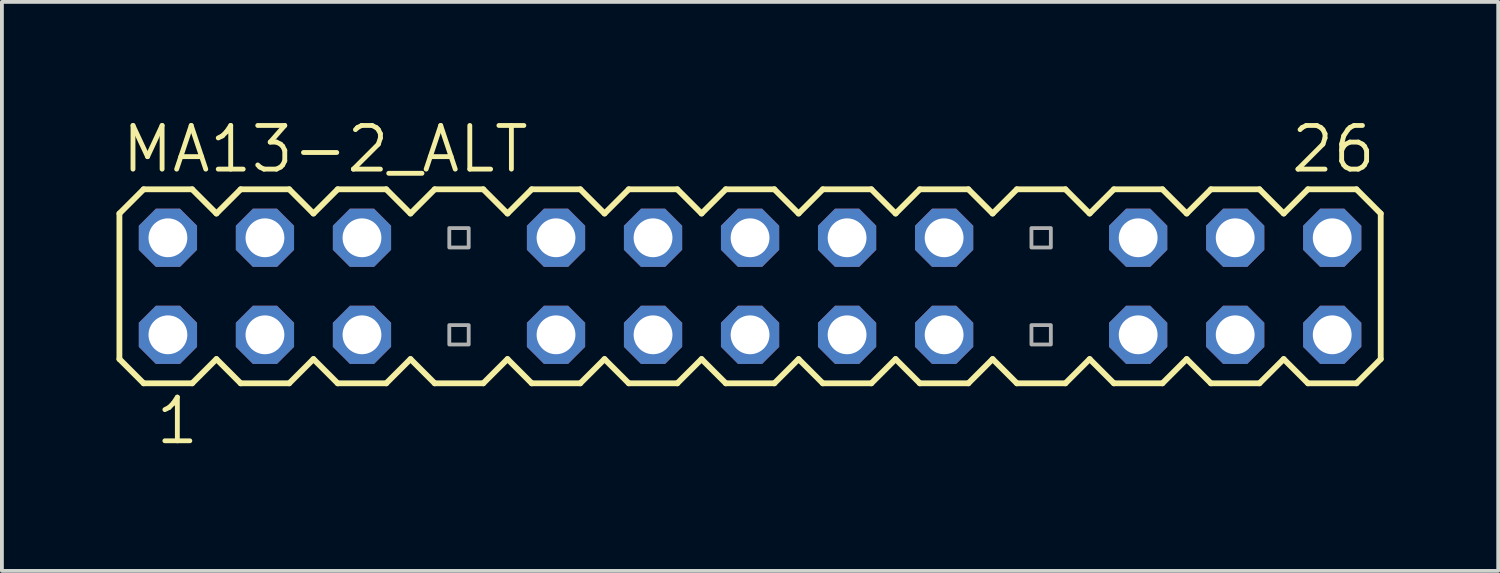
<source format=kicad_pcb>
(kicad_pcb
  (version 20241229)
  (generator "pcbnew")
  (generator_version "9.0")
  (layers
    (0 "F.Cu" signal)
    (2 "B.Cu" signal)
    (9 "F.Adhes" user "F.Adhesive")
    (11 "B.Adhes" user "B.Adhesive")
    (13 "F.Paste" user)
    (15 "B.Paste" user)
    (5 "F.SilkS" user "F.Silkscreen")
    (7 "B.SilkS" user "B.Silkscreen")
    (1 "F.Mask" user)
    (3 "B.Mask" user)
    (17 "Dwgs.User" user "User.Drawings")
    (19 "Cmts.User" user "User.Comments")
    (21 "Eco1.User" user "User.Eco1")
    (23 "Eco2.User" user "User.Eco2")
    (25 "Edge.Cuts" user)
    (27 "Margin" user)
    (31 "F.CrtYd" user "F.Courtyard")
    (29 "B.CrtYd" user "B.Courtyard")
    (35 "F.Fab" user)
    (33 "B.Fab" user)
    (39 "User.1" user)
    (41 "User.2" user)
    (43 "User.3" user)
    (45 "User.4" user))
  (footprint "MA13-2_ALT"
    (layer "F.Cu")
    (at 16.586 4.445)
    (property "Reference" "MA13-2_ALT" (at -16.51 -2.921 0) (layer "F.SilkS") (effects (font (size 1.143 1.143) (thickness 0.127)) (justify left bottom)))
    (fp_line (start -16.51 -1.905) (end -16.51 1.905) (stroke (width 0.152) (type solid)) (layer "F.SilkS"))
    (fp_line (start -16.51 1.905) (end -15.875 2.54) (stroke (width 0.152) (type solid)) (layer "F.SilkS"))
    (fp_line (start -15.875 -2.54) (end -16.51 -1.905) (stroke (width 0.152) (type solid)) (layer "F.SilkS"))
    (fp_line (start -15.875 -2.54) (end -14.605 -2.54) (stroke (width 0.152) (type solid)) (layer "F.SilkS"))
    (fp_line (start -14.605 -2.54) (end -13.97 -1.905) (stroke (width 0.152) (type solid)) (layer "F.SilkS"))
    (fp_line (start -14.605 2.54) (end -15.875 2.54) (stroke (width 0.152) (type solid)) (layer "F.SilkS"))
    (fp_line (start -13.97 -1.905) (end -13.335 -2.54) (stroke (width 0.152) (type solid)) (layer "F.SilkS"))
    (fp_line (start -13.97 1.905) (end -14.605 2.54) (stroke (width 0.152) (type solid)) (layer "F.SilkS"))
    (fp_line (start -13.335 -2.54) (end -12.065 -2.54) (stroke (width 0.152) (type solid)) (layer "F.SilkS"))
    (fp_line (start -13.335 2.54) (end -13.97 1.905) (stroke (width 0.152) (type solid)) (layer "F.SilkS"))
    (fp_line (start -12.065 -2.54) (end -11.43 -1.905) (stroke (width 0.152) (type solid)) (layer "F.SilkS"))
    (fp_line (start -12.065 2.54) (end -13.335 2.54) (stroke (width 0.152) (type solid)) (layer "F.SilkS"))
    (fp_line (start -11.43 -1.905) (end -10.795 -2.54) (stroke (width 0.152) (type solid)) (layer "F.SilkS"))
    (fp_line (start -11.43 1.905) (end -12.065 2.54) (stroke (width 0.152) (type solid)) (layer "F.SilkS"))
    (fp_line (start -10.795 -2.54) (end -9.525 -2.54) (stroke (width 0.152) (type solid)) (layer "F.SilkS"))
    (fp_line (start -10.795 2.54) (end -11.43 1.905) (stroke (width 0.152) (type solid)) (layer "F.SilkS"))
    (fp_line (start -9.525 -2.54) (end -8.89 -1.905) (stroke (width 0.152) (type solid)) (layer "F.SilkS"))
    (fp_line (start -9.525 2.54) (end -10.795 2.54) (stroke (width 0.152) (type solid)) (layer "F.SilkS"))
    (fp_line (start -8.89 1.905) (end -9.525 2.54) (stroke (width 0.152) (type solid)) (layer "F.SilkS"))
    (fp_line (start -8.89 1.905) (end -8.255 2.54) (stroke (width 0.152) (type solid)) (layer "F.SilkS"))
    (fp_line (start -8.255 -2.54) (end -8.89 -1.905) (stroke (width 0.152) (type solid)) (layer "F.SilkS"))
    (fp_line (start -8.255 -2.54) (end -6.985 -2.54) (stroke (width 0.152) (type solid)) (layer "F.SilkS"))
    (fp_line (start -6.985 -2.54) (end -6.35 -1.905) (stroke (width 0.152) (type solid)) (layer "F.SilkS"))
    (fp_line (start -6.985 2.54) (end -8.255 2.54) (stroke (width 0.152) (type solid)) (layer "F.SilkS"))
    (fp_line (start -6.35 -1.905) (end -5.715 -2.54) (stroke (width 0.152) (type solid)) (layer "F.SilkS"))
    (fp_line (start -6.35 1.905) (end -6.985 2.54) (stroke (width 0.152) (type solid)) (layer "F.SilkS"))
    (fp_line (start -5.715 -2.54) (end -4.445 -2.54) (stroke (width 0.152) (type solid)) (layer "F.SilkS"))
    (fp_line (start -5.715 2.54) (end -6.35 1.905) (stroke (width 0.152) (type solid)) (layer "F.SilkS"))
    (fp_line (start -4.445 -2.54) (end -3.81 -1.905) (stroke (width 0.152) (type solid)) (layer "F.SilkS"))
    (fp_line (start -4.445 2.54) (end -5.715 2.54) (stroke (width 0.152) (type solid)) (layer "F.SilkS"))
    (fp_line (start -3.81 -1.905) (end -3.175 -2.54) (stroke (width 0.152) (type solid)) (layer "F.SilkS"))
    (fp_line (start -3.81 1.905) (end -4.445 2.54) (stroke (width 0.152) (type solid)) (layer "F.SilkS"))
    (fp_line (start -3.175 -2.54) (end -1.905 -2.54) (stroke (width 0.152) (type solid)) (layer "F.SilkS"))
    (fp_line (start -3.175 2.54) (end -3.81 1.905) (stroke (width 0.152) (type solid)) (layer "F.SilkS"))
    (fp_line (start -1.905 -2.54) (end -1.27 -1.905) (stroke (width 0.152) (type solid)) (layer "F.SilkS"))
    (fp_line (start -1.905 2.54) (end -3.175 2.54) (stroke (width 0.152) (type solid)) (layer "F.SilkS"))
    (fp_line (start -1.27 -1.905) (end -0.635 -2.54) (stroke (width 0.152) (type solid)) (layer "F.SilkS"))
    (fp_line (start -1.27 1.905) (end -1.905 2.54) (stroke (width 0.152) (type solid)) (layer "F.SilkS"))
    (fp_line (start -0.635 -2.54) (end 0.635 -2.54) (stroke (width 0.152) (type solid)) (layer "F.SilkS"))
    (fp_line (start -0.635 2.54) (end -1.27 1.905) (stroke (width 0.152) (type solid)) (layer "F.SilkS"))
    (fp_line (start 0.635 -2.54) (end 1.27 -1.905) (stroke (width 0.152) (type solid)) (layer "F.SilkS"))
    (fp_line (start 0.635 2.54) (end -0.635 2.54) (stroke (width 0.152) (type solid)) (layer "F.SilkS"))
    (fp_line (start 1.27 1.905) (end 0.635 2.54) (stroke (width 0.152) (type solid)) (layer "F.SilkS"))
    (fp_line (start 1.27 1.905) (end 1.905 2.54) (stroke (width 0.152) (type solid)) (layer "F.SilkS"))
    (fp_line (start 1.905 -2.54) (end 1.27 -1.905) (stroke (width 0.152) (type solid)) (layer "F.SilkS"))
    (fp_line (start 1.905 -2.54) (end 3.175 -2.54) (stroke (width 0.152) (type solid)) (layer "F.SilkS"))
    (fp_line (start 3.175 -2.54) (end 3.81 -1.905) (stroke (width 0.152) (type solid)) (layer "F.SilkS"))
    (fp_line (start 3.175 2.54) (end 1.905 2.54) (stroke (width 0.152) (type solid)) (layer "F.SilkS"))
    (fp_line (start 3.81 -1.905) (end 4.445 -2.54) (stroke (width 0.152) (type solid)) (layer "F.SilkS"))
    (fp_line (start 3.81 1.905) (end 3.175 2.54) (stroke (width 0.152) (type solid)) (layer "F.SilkS"))
    (fp_line (start 4.445 -2.54) (end 5.715 -2.54) (stroke (width 0.152) (type solid)) (layer "F.SilkS"))
    (fp_line (start 4.445 2.54) (end 3.81 1.905) (stroke (width 0.152) (type solid)) (layer "F.SilkS"))
    (fp_line (start 5.715 -2.54) (end 6.35 -1.905) (stroke (width 0.152) (type solid)) (layer "F.SilkS"))
    (fp_line (start 5.715 2.54) (end 4.445 2.54) (stroke (width 0.152) (type solid)) (layer "F.SilkS"))
    (fp_line (start 6.35 -1.905) (end 6.985 -2.54) (stroke (width 0.152) (type solid)) (layer "F.SilkS"))
    (fp_line (start 6.35 1.905) (end 5.715 2.54) (stroke (width 0.152) (type solid)) (layer "F.SilkS"))
    (fp_line (start 6.985 -2.54) (end 8.255 -2.54) (stroke (width 0.152) (type solid)) (layer "F.SilkS"))
    (fp_line (start 6.985 2.54) (end 6.35 1.905) (stroke (width 0.152) (type solid)) (layer "F.SilkS"))
    (fp_line (start 8.255 -2.54) (end 8.89 -1.905) (stroke (width 0.152) (type solid)) (layer "F.SilkS"))
    (fp_line (start 8.255 2.54) (end 6.985 2.54) (stroke (width 0.152) (type solid)) (layer "F.SilkS"))
    (fp_line (start 8.89 1.905) (end 8.255 2.54) (stroke (width 0.152) (type solid)) (layer "F.SilkS"))
    (fp_line (start 8.89 1.905) (end 9.525 2.54) (stroke (width 0.152) (type solid)) (layer "F.SilkS"))
    (fp_line (start 9.525 -2.54) (end 8.89 -1.905) (stroke (width 0.152) (type solid)) (layer "F.SilkS"))
    (fp_line (start 9.525 -2.54) (end 10.795 -2.54) (stroke (width 0.152) (type solid)) (layer "F.SilkS"))
    (fp_line (start 10.795 -2.54) (end 11.43 -1.905) (stroke (width 0.152) (type solid)) (layer "F.SilkS"))
    (fp_line (start 10.795 2.54) (end 9.525 2.54) (stroke (width 0.152) (type solid)) (layer "F.SilkS"))
    (fp_line (start 11.43 -1.905) (end 12.065 -2.54) (stroke (width 0.152) (type solid)) (layer "F.SilkS"))
    (fp_line (start 11.43 1.905) (end 10.795 2.54) (stroke (width 0.152) (type solid)) (layer "F.SilkS"))
    (fp_line (start 12.065 -2.54) (end 13.335 -2.54) (stroke (width 0.152) (type solid)) (layer "F.SilkS"))
    (fp_line (start 12.065 2.54) (end 11.43 1.905) (stroke (width 0.152) (type solid)) (layer "F.SilkS"))
    (fp_line (start 13.335 -2.54) (end 13.97 -1.905) (stroke (width 0.152) (type solid)) (layer "F.SilkS"))
    (fp_line (start 13.335 2.54) (end 12.065 2.54) (stroke (width 0.152) (type solid)) (layer "F.SilkS"))
    (fp_line (start 13.97 -1.905) (end 14.605 -2.54) (stroke (width 0.152) (type solid)) (layer "F.SilkS"))
    (fp_line (start 13.97 1.905) (end 13.335 2.54) (stroke (width 0.152) (type solid)) (layer "F.SilkS"))
    (fp_line (start 14.605 -2.54) (end 15.875 -2.54) (stroke (width 0.152) (type solid)) (layer "F.SilkS"))
    (fp_line (start 14.605 2.54) (end 13.97 1.905) (stroke (width 0.152) (type solid)) (layer "F.SilkS"))
    (fp_line (start 15.875 -2.54) (end 16.51 -1.905) (stroke (width 0.152) (type solid)) (layer "F.SilkS"))
    (fp_line (start 15.875 2.54) (end 14.605 2.54) (stroke (width 0.152) (type solid)) (layer "F.SilkS"))
    (fp_line (start 16.51 -1.905) (end 16.51 1.905) (stroke (width 0.152) (type solid)) (layer "F.SilkS"))
    (fp_line (start 16.51 1.905) (end 15.875 2.54) (stroke (width 0.152) (type solid)) (layer "F.SilkS"))
    (fp_poly (pts (xy -15.494 -1.016) (xy -14.986 -1.016) (xy -14.986 -1.524) (xy -15.494 -1.524)) (stroke (width 0.1) (type default)) (fill no) (layer "F.Fab"))
    (fp_poly (pts (xy -15.494 1.524) (xy -14.986 1.524) (xy -14.986 1.016) (xy -15.494 1.016)) (stroke (width 0.1) (type default)) (fill no) (layer "F.Fab"))
    (fp_poly (pts (xy -12.954 -1.016) (xy -12.446 -1.016) (xy -12.446 -1.524) (xy -12.954 -1.524)) (stroke (width 0.1) (type default)) (fill no) (layer "F.Fab"))
    (fp_poly (pts (xy -12.954 1.524) (xy -12.446 1.524) (xy -12.446 1.016) (xy -12.954 1.016)) (stroke (width 0.1) (type default)) (fill no) (layer "F.Fab"))
    (fp_poly (pts (xy -10.414 -1.016) (xy -9.906 -1.016) (xy -9.906 -1.524) (xy -10.414 -1.524)) (stroke (width 0.1) (type default)) (fill no) (layer "F.Fab"))
    (fp_poly (pts (xy -10.414 1.524) (xy -9.906 1.524) (xy -9.906 1.016) (xy -10.414 1.016)) (stroke (width 0.1) (type default)) (fill no) (layer "F.Fab"))
    (fp_poly (pts (xy -7.874 -1.016) (xy -7.366 -1.016) (xy -7.366 -1.524) (xy -7.874 -1.524)) (stroke (width 0.1) (type default)) (fill no) (layer "F.Fab"))
    (fp_poly (pts (xy -7.874 1.524) (xy -7.366 1.524) (xy -7.366 1.016) (xy -7.874 1.016)) (stroke (width 0.1) (type default)) (fill no) (layer "F.Fab"))
    (fp_poly (pts (xy -5.334 -1.016) (xy -4.826 -1.016) (xy -4.826 -1.524) (xy -5.334 -1.524)) (stroke (width 0.1) (type default)) (fill no) (layer "F.Fab"))
    (fp_poly (pts (xy -5.334 1.524) (xy -4.826 1.524) (xy -4.826 1.016) (xy -5.334 1.016)) (stroke (width 0.1) (type default)) (fill no) (layer "F.Fab"))
    (fp_poly (pts (xy -2.794 -1.016) (xy -2.286 -1.016) (xy -2.286 -1.524) (xy -2.794 -1.524)) (stroke (width 0.1) (type default)) (fill no) (layer "F.Fab"))
    (fp_poly (pts (xy -2.794 1.524) (xy -2.286 1.524) (xy -2.286 1.016) (xy -2.794 1.016)) (stroke (width 0.1) (type default)) (fill no) (layer "F.Fab"))
    (fp_poly (pts (xy -0.254 -1.016) (xy 0.254 -1.016) (xy 0.254 -1.524) (xy -0.254 -1.524)) (stroke (width 0.1) (type default)) (fill no) (layer "F.Fab"))
    (fp_poly (pts (xy -0.254 1.524) (xy 0.254 1.524) (xy 0.254 1.016) (xy -0.254 1.016)) (stroke (width 0.1) (type default)) (fill no) (layer "F.Fab"))
    (fp_poly (pts (xy 2.286 -1.016) (xy 2.794 -1.016) (xy 2.794 -1.524) (xy 2.286 -1.524)) (stroke (width 0.1) (type default)) (fill no) (layer "F.Fab"))
    (fp_poly (pts (xy 2.286 1.524) (xy 2.794 1.524) (xy 2.794 1.016) (xy 2.286 1.016)) (stroke (width 0.1) (type default)) (fill no) (layer "F.Fab"))
    (fp_poly (pts (xy 4.826 -1.016) (xy 5.334 -1.016) (xy 5.334 -1.524) (xy 4.826 -1.524)) (stroke (width 0.1) (type default)) (fill no) (layer "F.Fab"))
    (fp_poly (pts (xy 4.826 1.524) (xy 5.334 1.524) (xy 5.334 1.016) (xy 4.826 1.016)) (stroke (width 0.1) (type default)) (fill no) (layer "F.Fab"))
    (fp_poly (pts (xy 7.366 -1.016) (xy 7.874 -1.016) (xy 7.874 -1.524) (xy 7.366 -1.524)) (stroke (width 0.1) (type default)) (fill no) (layer "F.Fab"))
    (fp_poly (pts (xy 7.366 1.524) (xy 7.874 1.524) (xy 7.874 1.016) (xy 7.366 1.016)) (stroke (width 0.1) (type default)) (fill no) (layer "F.Fab"))
    (fp_poly (pts (xy 9.906 -1.016) (xy 10.414 -1.016) (xy 10.414 -1.524) (xy 9.906 -1.524)) (stroke (width 0.1) (type default)) (fill no) (layer "F.Fab"))
    (fp_poly (pts (xy 9.906 1.524) (xy 10.414 1.524) (xy 10.414 1.016) (xy 9.906 1.016)) (stroke (width 0.1) (type default)) (fill no) (layer "F.Fab"))
    (fp_poly (pts (xy 12.446 -1.016) (xy 12.954 -1.016) (xy 12.954 -1.524) (xy 12.446 -1.524)) (stroke (width 0.1) (type default)) (fill no) (layer "F.Fab"))
    (fp_poly (pts (xy 12.446 1.524) (xy 12.954 1.524) (xy 12.954 1.016) (xy 12.446 1.016)) (stroke (width 0.1) (type default)) (fill no) (layer "F.Fab"))
    (fp_poly (pts (xy 14.986 -1.016) (xy 15.494 -1.016) (xy 15.494 -1.524) (xy 14.986 -1.524)) (stroke (width 0.1) (type default)) (fill no) (layer "F.Fab"))
    (fp_poly (pts (xy 14.986 1.524) (xy 15.494 1.524) (xy 15.494 1.016) (xy 14.986 1.016)) (stroke (width 0.1) (type default)) (fill no) (layer "F.Fab"))
    (fp_text user "26" (at 14.097 -2.921 0) (layer "F.SilkS") (effects (font (size 1.143 1.143) (thickness 0.127)) (justify left bottom)))
    (fp_text user "1" (at -15.621 4.191 0) (layer "F.SilkS") (effects (font (size 1.143 1.143) (thickness 0.127)) (justify left bottom)))
    (pad "1" thru_hole roundrect (at -15.24 1.27) (size 1.524 1.524) (drill 1.016) (layers "*.Cu" "*.Mask") (roundrect_rratio 0.25) (chamfer_ratio 0.293) (chamfer top_left top_right bottom_left bottom_right))
    (pad "2" thru_hole roundrect (at -15.24 -1.27) (size 1.524 1.524) (drill 1.016) (layers "*.Cu" "*.Mask") (roundrect_rratio 0.25) (chamfer_ratio 0.293) (chamfer top_left top_right bottom_left bottom_right))
    (pad "3" thru_hole roundrect (at -12.7 1.27) (size 1.524 1.524) (drill 1.016) (layers "*.Cu" "*.Mask") (roundrect_rratio 0.25) (chamfer_ratio 0.293) (chamfer top_left top_right bottom_left bottom_right))
    (pad "4" thru_hole roundrect (at -12.7 -1.27) (size 1.524 1.524) (drill 1.016) (layers "*.Cu" "*.Mask") (roundrect_rratio 0.25) (chamfer_ratio 0.293) (chamfer top_left top_right bottom_left bottom_right))
    (pad "5" thru_hole roundrect (at -10.16 1.27) (size 1.524 1.524) (drill 1.016) (layers "*.Cu" "*.Mask") (roundrect_rratio 0.25) (chamfer_ratio 0.293) (chamfer top_left top_right bottom_left bottom_right))
    (pad "6" thru_hole roundrect (at -10.16 -1.27) (size 1.524 1.524) (drill 1.016) (layers "*.Cu" "*.Mask") (roundrect_rratio 0.25) (chamfer_ratio 0.293) (chamfer top_left top_right bottom_left bottom_right))
    (pad "9" thru_hole roundrect (at -5.08 1.27) (size 1.524 1.524) (drill 1.016) (layers "*.Cu" "*.Mask") (roundrect_rratio 0.25) (chamfer_ratio 0.293) (chamfer top_left top_right bottom_left bottom_right))
    (pad "10" thru_hole roundrect (at -5.08 -1.27) (size 1.524 1.524) (drill 1.016) (layers "*.Cu" "*.Mask") (roundrect_rratio 0.25) (chamfer_ratio 0.293) (chamfer top_left top_right bottom_left bottom_right))
    (pad "11" thru_hole roundrect (at -2.54 1.27) (size 1.524 1.524) (drill 1.016) (layers "*.Cu" "*.Mask") (roundrect_rratio 0.25) (chamfer_ratio 0.293) (chamfer top_left top_right bottom_left bottom_right))
    (pad "12" thru_hole roundrect (at -2.54 -1.27) (size 1.524 1.524) (drill 1.016) (layers "*.Cu" "*.Mask") (roundrect_rratio 0.25) (chamfer_ratio 0.293) (chamfer top_left top_right bottom_left bottom_right))
    (pad "13" thru_hole roundrect (at 0 1.27) (size 1.524 1.524) (drill 1.016) (layers "*.Cu" "*.Mask") (roundrect_rratio 0.25) (chamfer_ratio 0.293) (chamfer top_left top_right bottom_left bottom_right))
    (pad "14" thru_hole roundrect (at 0 -1.27) (size 1.524 1.524) (drill 1.016) (layers "*.Cu" "*.Mask") (roundrect_rratio 0.25) (chamfer_ratio 0.293) (chamfer top_left top_right bottom_left bottom_right))
    (pad "15" thru_hole roundrect (at 2.54 1.27) (size 1.524 1.524) (drill 1.016) (layers "*.Cu" "*.Mask") (roundrect_rratio 0.25) (chamfer_ratio 0.293) (chamfer top_left top_right bottom_left bottom_right))
    (pad "16" thru_hole roundrect (at 2.54 -1.27) (size 1.524 1.524) (drill 1.016) (layers "*.Cu" "*.Mask") (roundrect_rratio 0.25) (chamfer_ratio 0.293) (chamfer top_left top_right bottom_left bottom_right))
    (pad "17" thru_hole roundrect (at 5.08 1.27) (size 1.524 1.524) (drill 1.016) (layers "*.Cu" "*.Mask") (roundrect_rratio 0.25) (chamfer_ratio 0.293) (chamfer top_left top_right bottom_left bottom_right))
    (pad "18" thru_hole roundrect (at 5.08 -1.27) (size 1.524 1.524) (drill 1.016) (layers "*.Cu" "*.Mask") (roundrect_rratio 0.25) (chamfer_ratio 0.293) (chamfer top_left top_right bottom_left bottom_right))
    (pad "21" thru_hole roundrect (at 10.16 1.27) (size 1.524 1.524) (drill 1.016) (layers "*.Cu" "*.Mask") (roundrect_rratio 0.25) (chamfer_ratio 0.293) (chamfer top_left top_right bottom_left bottom_right))
    (pad "22" thru_hole roundrect (at 10.16 -1.27) (size 1.524 1.524) (drill 1.016) (layers "*.Cu" "*.Mask") (roundrect_rratio 0.25) (chamfer_ratio 0.293) (chamfer top_left top_right bottom_left bottom_right))
    (pad "23" thru_hole roundrect (at 12.7 1.27) (size 1.524 1.524) (drill 1.016) (layers "*.Cu" "*.Mask") (roundrect_rratio 0.25) (chamfer_ratio 0.293) (chamfer top_left top_right bottom_left bottom_right))
    (pad "24" thru_hole roundrect (at 12.7 -1.27) (size 1.524 1.524) (drill 1.016) (layers "*.Cu" "*.Mask") (roundrect_rratio 0.25) (chamfer_ratio 0.293) (chamfer top_left top_right bottom_left bottom_right))
    (pad "25" thru_hole roundrect (at 15.24 1.27) (size 1.524 1.524) (drill 1.016) (layers "*.Cu" "*.Mask") (roundrect_rratio 0.25) (chamfer_ratio 0.293) (chamfer top_left top_right bottom_left bottom_right))
    (pad "26" thru_hole roundrect (at 15.24 -1.27) (size 1.524 1.524) (drill 1.016) (layers "*.Cu" "*.Mask") (roundrect_rratio 0.25) (chamfer_ratio 0.293) (chamfer top_left top_right bottom_left bottom_right)))
  (gr_rect
    (start -3 -3)
    (end 36.172 11.895)
    (stroke (width 0.1) (type default))
    (fill no)
    (layer "Edge.Cuts")))
</source>
